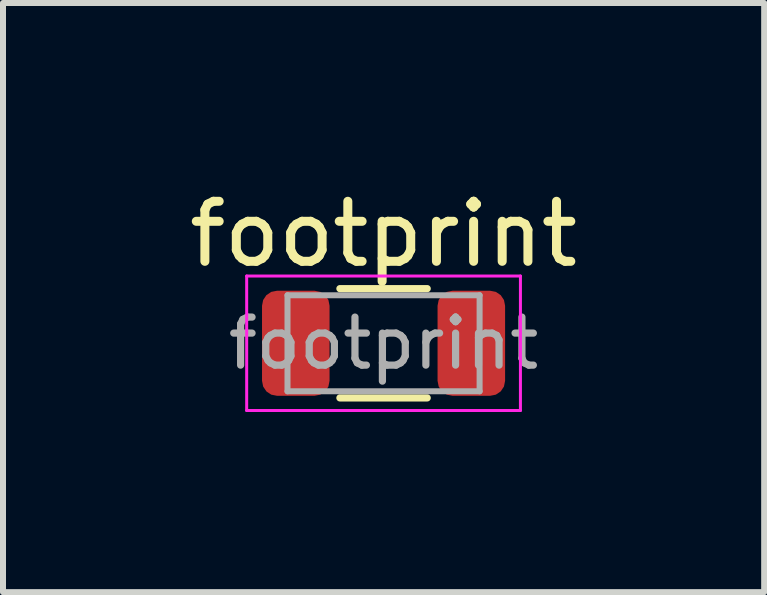
<source format=kicad_pcb>
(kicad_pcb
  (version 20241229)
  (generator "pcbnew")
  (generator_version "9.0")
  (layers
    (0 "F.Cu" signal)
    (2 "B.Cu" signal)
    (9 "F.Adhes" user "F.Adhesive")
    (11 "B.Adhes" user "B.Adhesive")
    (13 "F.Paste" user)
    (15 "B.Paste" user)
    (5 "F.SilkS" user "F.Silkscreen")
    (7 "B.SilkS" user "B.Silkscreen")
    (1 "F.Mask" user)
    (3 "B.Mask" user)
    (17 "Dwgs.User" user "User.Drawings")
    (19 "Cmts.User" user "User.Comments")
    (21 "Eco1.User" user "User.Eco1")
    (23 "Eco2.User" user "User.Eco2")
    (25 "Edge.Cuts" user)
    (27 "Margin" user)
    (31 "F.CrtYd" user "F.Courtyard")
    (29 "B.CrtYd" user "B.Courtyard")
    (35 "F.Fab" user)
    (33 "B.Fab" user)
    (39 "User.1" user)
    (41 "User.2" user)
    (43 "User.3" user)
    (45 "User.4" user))
  (footprint "footprint"
    (layer "F.Cu")
    (at 3.339 2.668)
    (property "Reference" "footprint" (at 0 -1.82 0) (layer "F.SilkS") (effects (font (size 1 1) (thickness 0.15))))
    (attr smd)
    (fp_line (start -0.727 -0.91) (end 0.727 -0.91) (stroke (width 0.12) (type solid)) (layer "F.SilkS"))
    (fp_line (start -0.727 0.91) (end 0.727 0.91) (stroke (width 0.12) (type solid)) (layer "F.SilkS"))
    (fp_line (start -2.28 -1.12) (end 2.28 -1.12) (stroke (width 0.05) (type solid)) (layer "F.CrtYd"))
    (fp_line (start -2.28 1.12) (end -2.28 -1.12) (stroke (width 0.05) (type solid)) (layer "F.CrtYd"))
    (fp_line (start 2.28 -1.12) (end 2.28 1.12) (stroke (width 0.05) (type solid)) (layer "F.CrtYd"))
    (fp_line (start 2.28 1.12) (end -2.28 1.12) (stroke (width 0.05) (type solid)) (layer "F.CrtYd"))
    (fp_line (start -1.6 -0.8) (end 1.6 -0.8) (stroke (width 0.1) (type solid)) (layer "F.Fab"))
    (fp_line (start -1.6 0.8) (end -1.6 -0.8) (stroke (width 0.1) (type solid)) (layer "F.Fab"))
    (fp_line (start 1.6 -0.8) (end 1.6 0.8) (stroke (width 0.1) (type solid)) (layer "F.Fab"))
    (fp_line (start 1.6 0.8) (end -1.6 0.8) (stroke (width 0.1) (type solid)) (layer "F.Fab"))
    (fp_text user "${REFERENCE}" (at 0 0 0) (layer "F.Fab") (effects (font (size 0.8 0.8) (thickness 0.12))))
    (pad "1" smd roundrect (at -1.462 0) (size 1.125 1.75) (layers "F.Cu" "F.Mask" "F.Paste") (roundrect_rratio 0.222))
    (pad "2" smd roundrect (at 1.462 0) (size 1.125 1.75) (layers "F.Cu" "F.Mask" "F.Paste") (roundrect_rratio 0.222)))
  (gr_rect
    (start -3 -3)
    (end 9.679 6.813)
    (stroke (width 0.1) (type default))
    (fill no)
    (layer "Edge.Cuts")))
</source>
